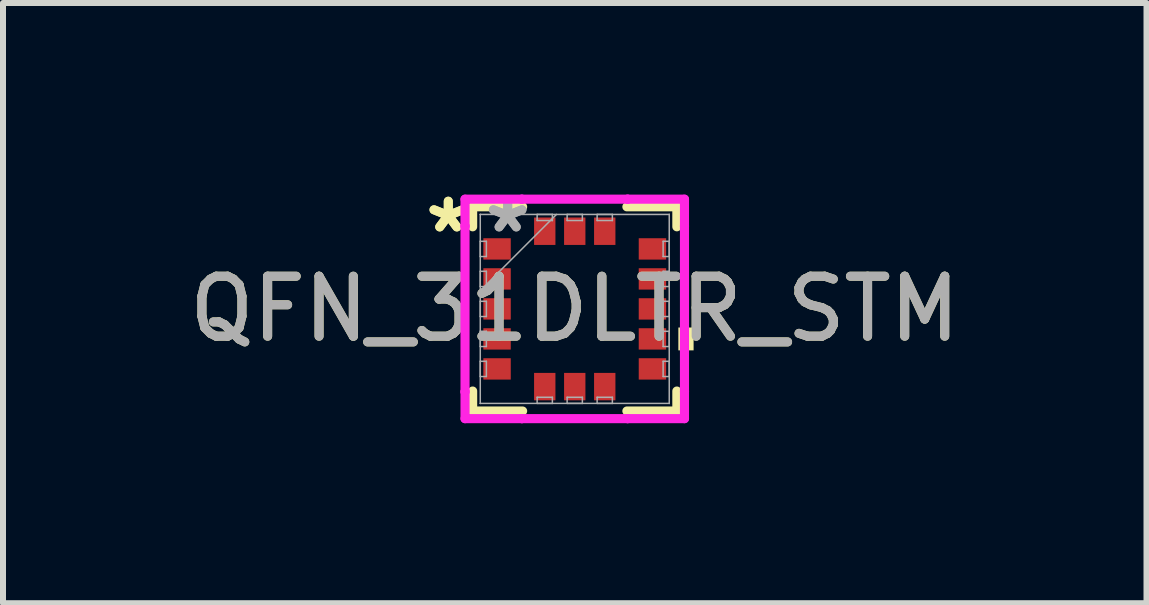
<source format=kicad_pcb>
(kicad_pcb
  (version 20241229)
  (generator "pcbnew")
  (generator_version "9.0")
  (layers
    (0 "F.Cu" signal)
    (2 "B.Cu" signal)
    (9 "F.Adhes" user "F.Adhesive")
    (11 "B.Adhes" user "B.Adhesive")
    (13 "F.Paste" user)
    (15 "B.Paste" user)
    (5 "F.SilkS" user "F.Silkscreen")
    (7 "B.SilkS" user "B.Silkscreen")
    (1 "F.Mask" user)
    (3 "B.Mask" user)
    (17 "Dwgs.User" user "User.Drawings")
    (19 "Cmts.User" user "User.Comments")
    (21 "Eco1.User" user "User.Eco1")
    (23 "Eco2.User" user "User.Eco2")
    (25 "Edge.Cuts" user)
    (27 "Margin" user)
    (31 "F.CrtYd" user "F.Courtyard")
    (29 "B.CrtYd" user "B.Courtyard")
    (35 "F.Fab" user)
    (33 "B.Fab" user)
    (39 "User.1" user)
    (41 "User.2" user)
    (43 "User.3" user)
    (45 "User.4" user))
  (footprint "QFN_31DLTR_STM"
    (layer "F.Cu")
    (at 6.53 2.099)
    (property "Reference" "QFN_31DLTR_STM" (at 0 0 0) (unlocked yes) (layer "F.SilkS") (effects (font (size 1 1) (thickness 0.15))))
    (attr smd)
    (fp_line (start -1.702 -1.702) (end -1.702 -1.369) (stroke (width 0.152) (type solid)) (layer "F.SilkS"))
    (fp_line (start -1.702 1.369) (end -1.702 1.702) (stroke (width 0.152) (type solid)) (layer "F.SilkS"))
    (fp_line (start -1.702 1.702) (end -0.869 1.702) (stroke (width 0.152) (type solid)) (layer "F.SilkS"))
    (fp_line (start -0.869 -1.702) (end -1.702 -1.702) (stroke (width 0.152) (type solid)) (layer "F.SilkS"))
    (fp_line (start 0.869 1.702) (end 1.702 1.702) (stroke (width 0.152) (type solid)) (layer "F.SilkS"))
    (fp_line (start 1.702 -1.702) (end 0.869 -1.702) (stroke (width 0.152) (type solid)) (layer "F.SilkS"))
    (fp_line (start 1.702 -1.369) (end 1.702 -1.702) (stroke (width 0.152) (type solid)) (layer "F.SilkS"))
    (fp_line (start 1.702 1.702) (end 1.702 1.369) (stroke (width 0.152) (type solid)) (layer "F.SilkS"))
    (fp_poly (pts (xy 1.981 0.31) (xy 1.981 0.691) (xy 1.727 0.691) (xy 1.727 0.31)) (stroke (width 0) (type solid)) (fill yes) (layer "F.SilkS"))
    (fp_line (start -1.829 -1.829) (end -0.881 -1.829) (stroke (width 0.152) (type solid)) (layer "F.CrtYd"))
    (fp_line (start -1.829 -1.381) (end -1.829 -1.829) (stroke (width 0.152) (type solid)) (layer "F.CrtYd"))
    (fp_line (start -1.829 -1.381) (end -1.829 -1.381) (stroke (width 0.152) (type solid)) (layer "F.CrtYd"))
    (fp_line (start -1.829 1.381) (end -1.829 -1.381) (stroke (width 0.152) (type solid)) (layer "F.CrtYd"))
    (fp_line (start -1.829 1.381) (end -1.829 1.381) (stroke (width 0.152) (type solid)) (layer "F.CrtYd"))
    (fp_line (start -1.829 1.829) (end -1.829 1.381) (stroke (width 0.152) (type solid)) (layer "F.CrtYd"))
    (fp_line (start -0.881 -1.829) (end -0.881 -1.829) (stroke (width 0.152) (type solid)) (layer "F.CrtYd"))
    (fp_line (start -0.881 -1.829) (end 0.881 -1.829) (stroke (width 0.152) (type solid)) (layer "F.CrtYd"))
    (fp_line (start -0.881 1.829) (end -1.829 1.829) (stroke (width 0.152) (type solid)) (layer "F.CrtYd"))
    (fp_line (start -0.881 1.829) (end -0.881 1.829) (stroke (width 0.152) (type solid)) (layer "F.CrtYd"))
    (fp_line (start 0.881 -1.829) (end 0.881 -1.829) (stroke (width 0.152) (type solid)) (layer "F.CrtYd"))
    (fp_line (start 0.881 -1.829) (end 1.829 -1.829) (stroke (width 0.152) (type solid)) (layer "F.CrtYd"))
    (fp_line (start 0.881 1.829) (end -0.881 1.829) (stroke (width 0.152) (type solid)) (layer "F.CrtYd"))
    (fp_line (start 0.881 1.829) (end 0.881 1.829) (stroke (width 0.152) (type solid)) (layer "F.CrtYd"))
    (fp_line (start 1.829 -1.829) (end 1.829 -1.381) (stroke (width 0.152) (type solid)) (layer "F.CrtYd"))
    (fp_line (start 1.829 -1.381) (end 1.829 -1.381) (stroke (width 0.152) (type solid)) (layer "F.CrtYd"))
    (fp_line (start 1.829 -1.381) (end 1.829 1.381) (stroke (width 0.152) (type solid)) (layer "F.CrtYd"))
    (fp_line (start 1.829 1.381) (end 1.829 1.381) (stroke (width 0.152) (type solid)) (layer "F.CrtYd"))
    (fp_line (start 1.829 1.381) (end 1.829 1.829) (stroke (width 0.152) (type solid)) (layer "F.CrtYd"))
    (fp_line (start 1.829 1.829) (end 0.881 1.829) (stroke (width 0.152) (type solid)) (layer "F.CrtYd"))
    (fp_line (start -1.575 -1.575) (end -1.575 -1.575) (stroke (width 0.025) (type solid)) (layer "F.Fab"))
    (fp_line (start -1.575 -1.575) (end -1.575 1.575) (stroke (width 0.025) (type solid)) (layer "F.Fab"))
    (fp_line (start -1.575 -1.127) (end -1.473 -1.127) (stroke (width 0.025) (type solid)) (layer "F.Fab"))
    (fp_line (start -1.575 -0.873) (end -1.575 -1.127) (stroke (width 0.025) (type solid)) (layer "F.Fab"))
    (fp_line (start -1.575 -0.627) (end -1.473 -0.627) (stroke (width 0.025) (type solid)) (layer "F.Fab"))
    (fp_line (start -1.575 -0.373) (end -1.575 -0.627) (stroke (width 0.025) (type solid)) (layer "F.Fab"))
    (fp_line (start -1.575 -0.305) (end -0.305 -1.575) (stroke (width 0.025) (type solid)) (layer "F.Fab"))
    (fp_line (start -1.575 -0.127) (end -1.473 -0.127) (stroke (width 0.025) (type solid)) (layer "F.Fab"))
    (fp_line (start -1.575 0.127) (end -1.575 -0.127) (stroke (width 0.025) (type solid)) (layer "F.Fab"))
    (fp_line (start -1.575 0.373) (end -1.473 0.373) (stroke (width 0.025) (type solid)) (layer "F.Fab"))
    (fp_line (start -1.575 0.627) (end -1.575 0.373) (stroke (width 0.025) (type solid)) (layer "F.Fab"))
    (fp_line (start -1.575 0.873) (end -1.473 0.873) (stroke (width 0.025) (type solid)) (layer "F.Fab"))
    (fp_line (start -1.575 1.127) (end -1.575 0.873) (stroke (width 0.025) (type solid)) (layer "F.Fab"))
    (fp_line (start -1.575 1.575) (end -1.575 1.575) (stroke (width 0.025) (type solid)) (layer "F.Fab"))
    (fp_line (start -1.575 1.575) (end 1.575 1.575) (stroke (width 0.025) (type solid)) (layer "F.Fab"))
    (fp_line (start -1.473 -1.127) (end -1.473 -0.873) (stroke (width 0.025) (type solid)) (layer "F.Fab"))
    (fp_line (start -1.473 -0.873) (end -1.575 -0.873) (stroke (width 0.025) (type solid)) (layer "F.Fab"))
    (fp_line (start -1.473 -0.627) (end -1.473 -0.373) (stroke (width 0.025) (type solid)) (layer "F.Fab"))
    (fp_line (start -1.473 -0.373) (end -1.575 -0.373) (stroke (width 0.025) (type solid)) (layer "F.Fab"))
    (fp_line (start -1.473 -0.127) (end -1.473 0.127) (stroke (width 0.025) (type solid)) (layer "F.Fab"))
    (fp_line (start -1.473 0.127) (end -1.575 0.127) (stroke (width 0.025) (type solid)) (layer "F.Fab"))
    (fp_line (start -1.473 0.373) (end -1.473 0.627) (stroke (width 0.025) (type solid)) (layer "F.Fab"))
    (fp_line (start -1.473 0.627) (end -1.575 0.627) (stroke (width 0.025) (type solid)) (layer "F.Fab"))
    (fp_line (start -1.473 0.873) (end -1.473 1.127) (stroke (width 0.025) (type solid)) (layer "F.Fab"))
    (fp_line (start -1.473 1.127) (end -1.575 1.127) (stroke (width 0.025) (type solid)) (layer "F.Fab"))
    (fp_line (start -0.627 -1.575) (end -0.373 -1.575) (stroke (width 0.025) (type solid)) (layer "F.Fab"))
    (fp_line (start -0.627 -1.473) (end -0.627 -1.575) (stroke (width 0.025) (type solid)) (layer "F.Fab"))
    (fp_line (start -0.627 1.473) (end -0.373 1.473) (stroke (width 0.025) (type solid)) (layer "F.Fab"))
    (fp_line (start -0.627 1.575) (end -0.627 1.473) (stroke (width 0.025) (type solid)) (layer "F.Fab"))
    (fp_line (start -0.373 -1.575) (end -0.373 -1.473) (stroke (width 0.025) (type solid)) (layer "F.Fab"))
    (fp_line (start -0.373 -1.473) (end -0.627 -1.473) (stroke (width 0.025) (type solid)) (layer "F.Fab"))
    (fp_line (start -0.373 1.473) (end -0.373 1.575) (stroke (width 0.025) (type solid)) (layer "F.Fab"))
    (fp_line (start -0.373 1.575) (end -0.627 1.575) (stroke (width 0.025) (type solid)) (layer "F.Fab"))
    (fp_line (start -0.127 -1.575) (end 0.127 -1.575) (stroke (width 0.025) (type solid)) (layer "F.Fab"))
    (fp_line (start -0.127 -1.473) (end -0.127 -1.575) (stroke (width 0.025) (type solid)) (layer "F.Fab"))
    (fp_line (start -0.127 1.473) (end 0.127 1.473) (stroke (width 0.025) (type solid)) (layer "F.Fab"))
    (fp_line (start -0.127 1.575) (end -0.127 1.473) (stroke (width 0.025) (type solid)) (layer "F.Fab"))
    (fp_line (start 0.127 -1.575) (end 0.127 -1.473) (stroke (width 0.025) (type solid)) (layer "F.Fab"))
    (fp_line (start 0.127 -1.473) (end -0.127 -1.473) (stroke (width 0.025) (type solid)) (layer "F.Fab"))
    (fp_line (start 0.127 1.473) (end 0.127 1.575) (stroke (width 0.025) (type solid)) (layer "F.Fab"))
    (fp_line (start 0.127 1.575) (end -0.127 1.575) (stroke (width 0.025) (type solid)) (layer "F.Fab"))
    (fp_line (start 0.373 -1.575) (end 0.627 -1.575) (stroke (width 0.025) (type solid)) (layer "F.Fab"))
    (fp_line (start 0.373 -1.473) (end 0.373 -1.575) (stroke (width 0.025) (type solid)) (layer "F.Fab"))
    (fp_line (start 0.373 1.473) (end 0.627 1.473) (stroke (width 0.025) (type solid)) (layer "F.Fab"))
    (fp_line (start 0.373 1.575) (end 0.373 1.473) (stroke (width 0.025) (type solid)) (layer "F.Fab"))
    (fp_line (start 0.627 -1.575) (end 0.627 -1.473) (stroke (width 0.025) (type solid)) (layer "F.Fab"))
    (fp_line (start 0.627 -1.473) (end 0.373 -1.473) (stroke (width 0.025) (type solid)) (layer "F.Fab"))
    (fp_line (start 0.627 1.473) (end 0.627 1.575) (stroke (width 0.025) (type solid)) (layer "F.Fab"))
    (fp_line (start 0.627 1.575) (end 0.373 1.575) (stroke (width 0.025) (type solid)) (layer "F.Fab"))
    (fp_line (start 1.473 -1.127) (end 1.575 -1.127) (stroke (width 0.025) (type solid)) (layer "F.Fab"))
    (fp_line (start 1.473 -0.873) (end 1.473 -1.127) (stroke (width 0.025) (type solid)) (layer "F.Fab"))
    (fp_line (start 1.473 -0.627) (end 1.575 -0.627) (stroke (width 0.025) (type solid)) (layer "F.Fab"))
    (fp_line (start 1.473 -0.373) (end 1.473 -0.627) (stroke (width 0.025) (type solid)) (layer "F.Fab"))
    (fp_line (start 1.473 -0.127) (end 1.575 -0.127) (stroke (width 0.025) (type solid)) (layer "F.Fab"))
    (fp_line (start 1.473 0.127) (end 1.473 -0.127) (stroke (width 0.025) (type solid)) (layer "F.Fab"))
    (fp_line (start 1.473 0.373) (end 1.575 0.373) (stroke (width 0.025) (type solid)) (layer "F.Fab"))
    (fp_line (start 1.473 0.627) (end 1.473 0.373) (stroke (width 0.025) (type solid)) (layer "F.Fab"))
    (fp_line (start 1.473 0.873) (end 1.575 0.873) (stroke (width 0.025) (type solid)) (layer "F.Fab"))
    (fp_line (start 1.473 1.127) (end 1.473 0.873) (stroke (width 0.025) (type solid)) (layer "F.Fab"))
    (fp_line (start 1.575 -1.575) (end -1.575 -1.575) (stroke (width 0.025) (type solid)) (layer "F.Fab"))
    (fp_line (start 1.575 -1.575) (end 1.575 -1.575) (stroke (width 0.025) (type solid)) (layer "F.Fab"))
    (fp_line (start 1.575 -1.127) (end 1.575 -0.873) (stroke (width 0.025) (type solid)) (layer "F.Fab"))
    (fp_line (start 1.575 -0.873) (end 1.473 -0.873) (stroke (width 0.025) (type solid)) (layer "F.Fab"))
    (fp_line (start 1.575 -0.627) (end 1.575 -0.373) (stroke (width 0.025) (type solid)) (layer "F.Fab"))
    (fp_line (start 1.575 -0.373) (end 1.473 -0.373) (stroke (width 0.025) (type solid)) (layer "F.Fab"))
    (fp_line (start 1.575 -0.127) (end 1.575 0.127) (stroke (width 0.025) (type solid)) (layer "F.Fab"))
    (fp_line (start 1.575 0.127) (end 1.473 0.127) (stroke (width 0.025) (type solid)) (layer "F.Fab"))
    (fp_line (start 1.575 0.373) (end 1.575 0.627) (stroke (width 0.025) (type solid)) (layer "F.Fab"))
    (fp_line (start 1.575 0.627) (end 1.473 0.627) (stroke (width 0.025) (type solid)) (layer "F.Fab"))
    (fp_line (start 1.575 0.873) (end 1.575 1.127) (stroke (width 0.025) (type solid)) (layer "F.Fab"))
    (fp_line (start 1.575 1.127) (end 1.473 1.127) (stroke (width 0.025) (type solid)) (layer "F.Fab"))
    (fp_line (start 1.575 1.575) (end 1.575 -1.575) (stroke (width 0.025) (type solid)) (layer "F.Fab"))
    (fp_line (start 1.575 1.575) (end 1.575 1.575) (stroke (width 0.025) (type solid)) (layer "F.Fab"))
    (fp_text user "*" (at -2.108 -1.25 0) (unlocked yes) (layer "F.SilkS") (effects (font (size 1 1) (thickness 0.15))))
    (fp_text user "*" (at -2.108 -1.25 0) (layer "F.SilkS") (effects (font (size 1 1) (thickness 0.15))))
    (fp_text user "*" (at -1.118 -1.25 0) (unlocked yes) (layer "F.Fab") (effects (font (size 1 1) (thickness 0.15))))
    (fp_text user "${REFERENCE}" (at 0 0 0) (unlocked yes) (layer "F.Fab") (effects (font (size 1 1) (thickness 0.15))))
    (fp_text user "*" (at -1.118 -1.25 0) (layer "F.Fab") (effects (font (size 1 1) (thickness 0.15))))
    (pad "1" smd rect (at -1.295 -1 90) (size 0.356 0.457) (layers "F.Cu" "F.Mask" "F.Paste"))
    (pad "2" smd rect (at -1.295 -0.5 90) (size 0.356 0.457) (layers "F.Cu" "F.Mask" "F.Paste"))
    (pad "3" smd rect (at -1.295 0 90) (size 0.356 0.457) (layers "F.Cu" "F.Mask" "F.Paste"))
    (pad "4" smd rect (at -1.295 0.5 90) (size 0.356 0.457) (layers "F.Cu" "F.Mask" "F.Paste"))
    (pad "5" smd rect (at -1.295 1 90) (size 0.356 0.457) (layers "F.Cu" "F.Mask" "F.Paste"))
    (pad "6" smd rect (at -0.5 1.295) (size 0.356 0.457) (layers "F.Cu" "F.Mask" "F.Paste"))
    (pad "7" smd rect (at 0 1.295) (size 0.356 0.457) (layers "F.Cu" "F.Mask" "F.Paste"))
    (pad "8" smd rect (at 0.5 1.295) (size 0.356 0.457) (layers "F.Cu" "F.Mask" "F.Paste"))
    (pad "9" smd rect (at 1.295 1 90) (size 0.356 0.457) (layers "F.Cu" "F.Mask" "F.Paste"))
    (pad "10" smd rect (at 1.295 0.5 90) (size 0.356 0.457) (layers "F.Cu" "F.Mask" "F.Paste"))
    (pad "11" smd rect (at 1.295 0 90) (size 0.356 0.457) (layers "F.Cu" "F.Mask" "F.Paste"))
    (pad "12" smd rect (at 1.295 -0.5 90) (size 0.356 0.457) (layers "F.Cu" "F.Mask" "F.Paste"))
    (pad "13" smd rect (at 1.295 -1 90) (size 0.356 0.457) (layers "F.Cu" "F.Mask" "F.Paste"))
    (pad "14" smd rect (at 0.5 -1.295) (size 0.356 0.457) (layers "F.Cu" "F.Mask" "F.Paste"))
    (pad "15" smd rect (at 0 -1.295) (size 0.356 0.457) (layers "F.Cu" "F.Mask" "F.Paste"))
    (pad "16" smd rect (at -0.5 -1.295) (size 0.356 0.457) (layers "F.Cu" "F.Mask" "F.Paste")))
  (gr_rect
    (start -3 -3)
    (end 16.06 7.004)
    (stroke (width 0.1) (type default))
    (fill no)
    (layer "Edge.Cuts")))
</source>
